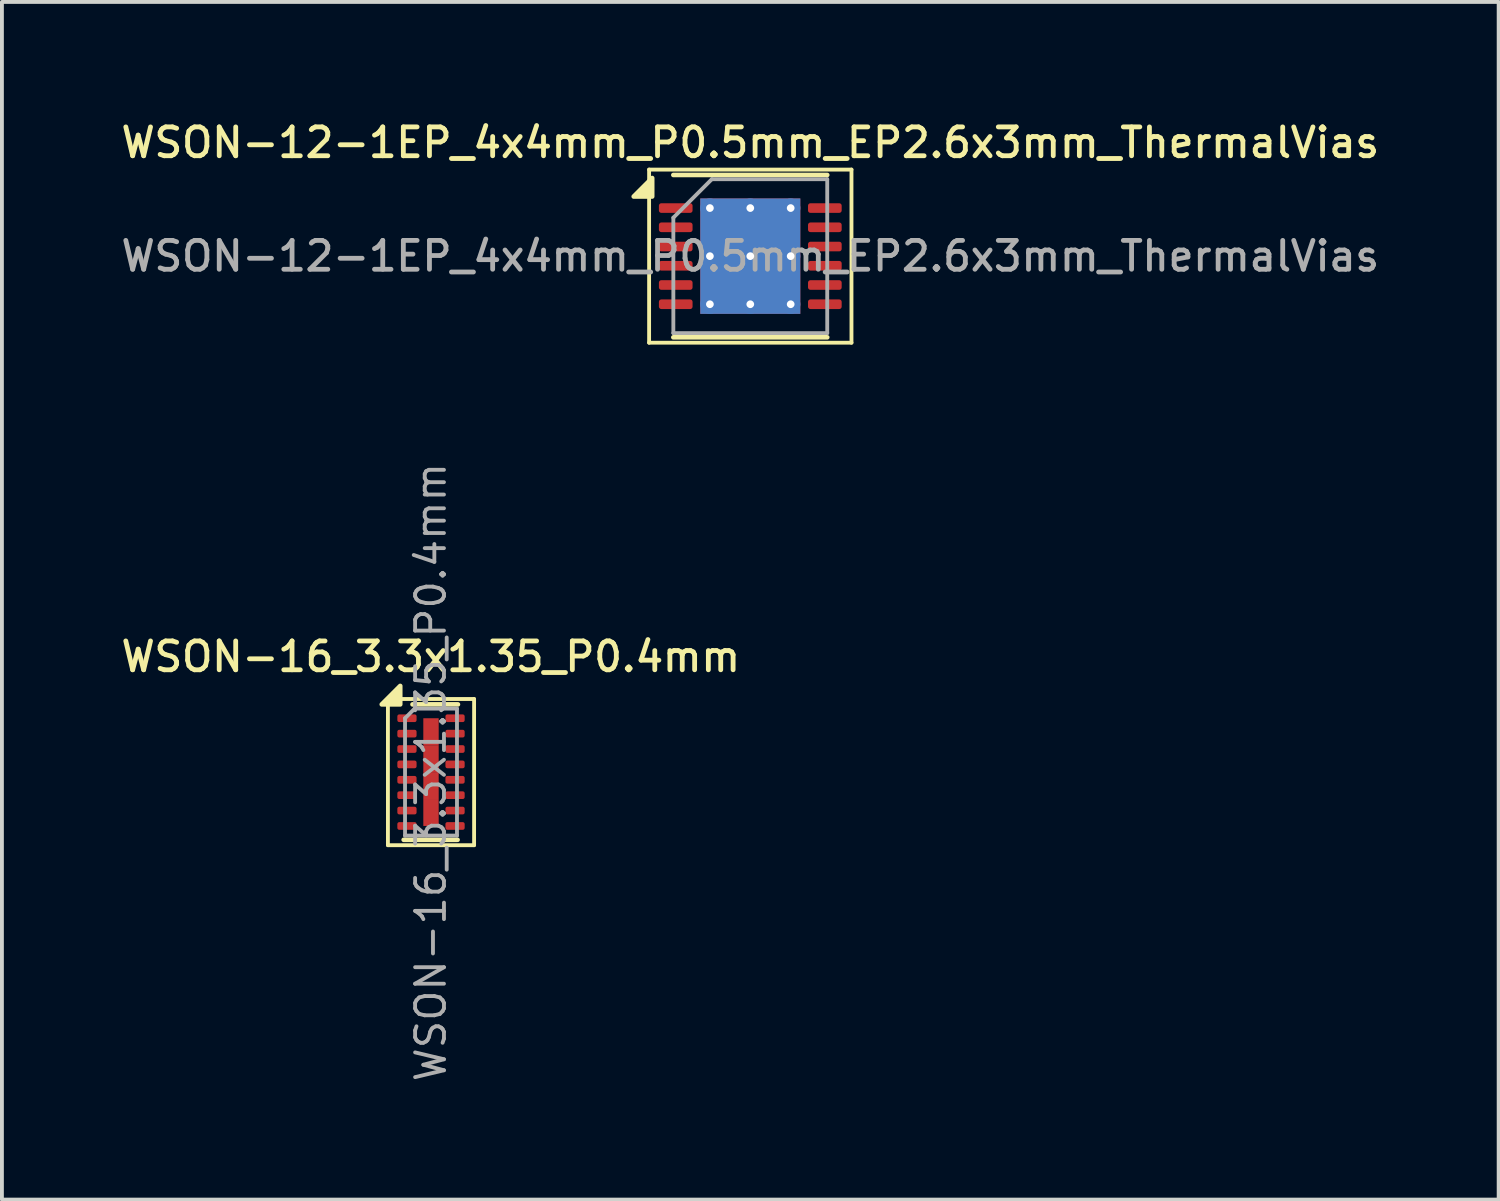
<source format=kicad_pcb>
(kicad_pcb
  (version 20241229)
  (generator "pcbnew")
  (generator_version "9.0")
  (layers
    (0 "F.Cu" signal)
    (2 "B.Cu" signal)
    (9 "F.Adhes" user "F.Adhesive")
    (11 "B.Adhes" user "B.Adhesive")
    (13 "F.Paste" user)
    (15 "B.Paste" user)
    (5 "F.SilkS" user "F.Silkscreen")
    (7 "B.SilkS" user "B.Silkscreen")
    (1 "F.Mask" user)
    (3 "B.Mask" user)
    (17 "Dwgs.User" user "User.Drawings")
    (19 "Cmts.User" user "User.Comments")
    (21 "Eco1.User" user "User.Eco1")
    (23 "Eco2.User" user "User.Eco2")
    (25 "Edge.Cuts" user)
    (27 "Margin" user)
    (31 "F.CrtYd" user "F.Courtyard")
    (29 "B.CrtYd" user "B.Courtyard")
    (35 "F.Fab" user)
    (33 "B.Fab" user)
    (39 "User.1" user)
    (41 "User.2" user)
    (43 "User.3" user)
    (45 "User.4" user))
  (footprint "WSON-12-1EP_4x4mm_P0.5mm_EP2.6x3mm_ThermalVias"
    (layer "F.Cu")
    (at 16.452 3.608)
    (property "Reference" "WSON-12-1EP_4x4mm_P0.5mm_EP2.6x3mm_ThermalVias" (at 0 -2.95 0) (layer "F.SilkS") (effects (font (size 0.75 0.75) (thickness 0.125))))
    (attr smd)
    (fp_line (start -2.63 -2.25) (end -2.63 2.25) (stroke (width 0.1) (type solid)) (layer "F.SilkS"))
    (fp_line (start -2.63 2.25) (end 2.63 2.25) (stroke (width 0.1) (type solid)) (layer "F.SilkS"))
    (fp_line (start -2 -2.11) (end 2 -2.11) (stroke (width 0.12) (type solid)) (layer "F.SilkS"))
    (fp_line (start -2 2.11) (end 2 2.11) (stroke (width 0.12) (type solid)) (layer "F.SilkS"))
    (fp_line (start 2.63 -2.25) (end -2.63 -2.25) (stroke (width 0.1) (type solid)) (layer "F.SilkS"))
    (fp_line (start 2.63 2.25) (end 2.63 -2.25) (stroke (width 0.1) (type solid)) (layer "F.SilkS"))
    (fp_poly (pts (xy -2.55 -1.55) (xy -3.03 -1.55) (xy -2.55 -2.03) (xy -2.55 -1.55)) (stroke (width 0.12) (type solid)) (fill yes) (layer "F.SilkS"))
    (fp_line (start -2 -1) (end -1 -2) (stroke (width 0.1) (type solid)) (layer "F.Fab"))
    (fp_line (start -2 2) (end -2 -1) (stroke (width 0.1) (type solid)) (layer "F.Fab"))
    (fp_line (start -1 -2) (end 2 -2) (stroke (width 0.1) (type solid)) (layer "F.Fab"))
    (fp_line (start 2 -2) (end 2 2) (stroke (width 0.1) (type solid)) (layer "F.Fab"))
    (fp_line (start 2 2) (end -2 2) (stroke (width 0.1) (type solid)) (layer "F.Fab"))
    (fp_text user "${REFERENCE}" (at 0 0 0) (layer "F.Fab") (effects (font (size 0.75 0.75) (thickness 0.125))))
    (pad "" smd roundrect (at -0.65 -0.75) (size 1.13 1.3) (layers "F.Paste") (roundrect_rratio 0.221))
    (pad "" smd roundrect (at -0.65 0.75) (size 1.13 1.3) (layers "F.Paste") (roundrect_rratio 0.221))
    (pad "" smd roundrect (at 0.65 -0.75) (size 1.13 1.3) (layers "F.Paste") (roundrect_rratio 0.221))
    (pad "" smd roundrect (at 0.65 0.75) (size 1.13 1.3) (layers "F.Paste") (roundrect_rratio 0.221))
    (pad "1" smd roundrect (at -1.938 -1.25) (size 0.875 0.25) (layers "F.Cu" "F.Mask" "F.Paste") (roundrect_rratio 0.25))
    (pad "2" smd roundrect (at -1.938 -0.75) (size 0.875 0.25) (layers "F.Cu" "F.Mask" "F.Paste") (roundrect_rratio 0.25))
    (pad "3" smd roundrect (at -1.938 -0.25) (size 0.875 0.25) (layers "F.Cu" "F.Mask" "F.Paste") (roundrect_rratio 0.25))
    (pad "4" smd roundrect (at -1.938 0.25) (size 0.875 0.25) (layers "F.Cu" "F.Mask" "F.Paste") (roundrect_rratio 0.25))
    (pad "5" smd roundrect (at -1.938 0.75) (size 0.875 0.25) (layers "F.Cu" "F.Mask" "F.Paste") (roundrect_rratio 0.25))
    (pad "6" smd roundrect (at -1.938 1.25) (size 0.875 0.25) (layers "F.Cu" "F.Mask" "F.Paste") (roundrect_rratio 0.25))
    (pad "7" smd roundrect (at 1.938 1.25) (size 0.875 0.25) (layers "F.Cu" "F.Mask" "F.Paste") (roundrect_rratio 0.25))
    (pad "8" smd roundrect (at 1.938 0.75) (size 0.875 0.25) (layers "F.Cu" "F.Mask" "F.Paste") (roundrect_rratio 0.25))
    (pad "9" smd roundrect (at 1.938 0.25) (size 0.875 0.25) (layers "F.Cu" "F.Mask" "F.Paste") (roundrect_rratio 0.25))
    (pad "10" smd roundrect (at 1.938 -0.25) (size 0.875 0.25) (layers "F.Cu" "F.Mask" "F.Paste") (roundrect_rratio 0.25))
    (pad "11" smd roundrect (at 1.938 -0.75) (size 0.875 0.25) (layers "F.Cu" "F.Mask" "F.Paste") (roundrect_rratio 0.25))
    (pad "12" smd roundrect (at 1.938 -1.25) (size 0.875 0.25) (layers "F.Cu" "F.Mask" "F.Paste") (roundrect_rratio 0.25))
    (pad "13" thru_hole circle (at -1.05 -1.25) (size 0.5 0.5) (drill 0.2) (property pad_prop_heatsink) (layers "*.Cu"))
    (pad "13" thru_hole circle (at -1.05 0) (size 0.5 0.5) (drill 0.2) (property pad_prop_heatsink) (layers "*.Cu"))
    (pad "13" thru_hole circle (at -1.05 1.25) (size 0.5 0.5) (drill 0.2) (property pad_prop_heatsink) (layers "*.Cu"))
    (pad "13" thru_hole circle (at 0 -1.25) (size 0.5 0.5) (drill 0.2) (property pad_prop_heatsink) (layers "*.Cu"))
    (pad "13" thru_hole circle (at 0 0) (size 0.5 0.5) (drill 0.2) (property pad_prop_heatsink) (layers "*.Cu"))
    (pad "13" smd rect (at 0 0) (size 2.6 3) (property pad_prop_heatsink) (layers "F.Cu" "F.Mask"))
    (pad "13" smd rect (at 0 0) (size 2.6 3) (property pad_prop_heatsink) (layers "B.Cu"))
    (pad "13" thru_hole circle (at 0 1.25) (size 0.5 0.5) (drill 0.2) (property pad_prop_heatsink) (layers "*.Cu"))
    (pad "13" thru_hole circle (at 1.05 -1.25) (size 0.5 0.5) (drill 0.2) (property pad_prop_heatsink) (layers "*.Cu"))
    (pad "13" thru_hole circle (at 1.05 0) (size 0.5 0.5) (drill 0.2) (property pad_prop_heatsink) (layers "*.Cu"))
    (pad "13" thru_hole circle (at 1.05 1.25) (size 0.5 0.5) (drill 0.2) (property pad_prop_heatsink) (layers "*.Cu")))
  (footprint "WSON-16_3.3x1.35_P0.4mm"
    (layer "F.Cu")
    (at 8.153 17.019)
    (property "Reference" "WSON-16_3.3x1.35_P0.4mm" (at -0.005 -3 0) (layer "F.SilkS") (effects (font (size 0.75 0.75) (thickness 0.125))))
    (attr smd)
    (fp_line (start -1.12 -1.9) (end 1.12 -1.9) (stroke (width 0.1) (type solid)) (layer "F.SilkS"))
    (fp_line (start -1.12 1.9) (end -1.12 -1.9) (stroke (width 0.1) (type solid)) (layer "F.SilkS"))
    (fp_line (start 0.69 1.76) (end -0.71 1.76) (stroke (width 0.12) (type solid)) (layer "F.SilkS"))
    (fp_line (start 0.7 -1.76) (end -0.48 -1.76) (stroke (width 0.12) (type solid)) (layer "F.SilkS"))
    (fp_line (start 1.12 -1.9) (end 1.12 1.9) (stroke (width 0.1) (type solid)) (layer "F.SilkS"))
    (fp_line (start 1.12 1.9) (end -1.12 1.9) (stroke (width 0.1) (type solid)) (layer "F.SilkS"))
    (fp_poly (pts (xy -0.8 -1.76) (xy -1.28 -1.76) (xy -0.8 -2.24) (xy -0.8 -1.76)) (stroke (width 0.12) (type solid)) (fill yes) (layer "F.SilkS"))
    (fp_line (start -0.675 1.65) (end -0.675 -1.4) (stroke (width 0.1) (type solid)) (layer "F.Fab"))
    (fp_line (start -0.425 -1.65) (end -0.675 -1.4) (stroke (width 0.1) (type solid)) (layer "F.Fab"))
    (fp_line (start -0.425 -1.65) (end 0.675 -1.65) (stroke (width 0.1) (type solid)) (layer "F.Fab"))
    (fp_line (start 0.675 -1.65) (end 0.675 1.65) (stroke (width 0.1) (type solid)) (layer "F.Fab"))
    (fp_line (start 0.675 1.65) (end -0.675 1.65) (stroke (width 0.1) (type solid)) (layer "F.Fab"))
    (fp_text user "${REFERENCE}" (at -0.005 0 90) (layer "F.Fab") (effects (font (size 0.75 0.75) (thickness 0.1))))
    (pad "1" smd roundrect (at -0.625 -1.4 270) (size 0.2 0.5) (layers "F.Cu" "F.Mask" "F.Paste") (roundrect_rratio 0.25))
    (pad "2" smd roundrect (at -0.625 -1 270) (size 0.2 0.5) (layers "F.Cu" "F.Mask" "F.Paste") (roundrect_rratio 0.25))
    (pad "3" smd roundrect (at -0.625 -0.6 270) (size 0.2 0.5) (layers "F.Cu" "F.Mask" "F.Paste") (roundrect_rratio 0.25))
    (pad "4" smd roundrect (at -0.625 -0.2 270) (size 0.2 0.5) (layers "F.Cu" "F.Mask" "F.Paste") (roundrect_rratio 0.25))
    (pad "5" smd roundrect (at -0.625 0.2 270) (size 0.2 0.5) (layers "F.Cu" "F.Mask" "F.Paste") (roundrect_rratio 0.25))
    (pad "6" smd roundrect (at -0.625 0.6 270) (size 0.2 0.5) (layers "F.Cu" "F.Mask" "F.Paste") (roundrect_rratio 0.25))
    (pad "7" smd roundrect (at -0.625 1 270) (size 0.2 0.5) (layers "F.Cu" "F.Mask" "F.Paste") (roundrect_rratio 0.25))
    (pad "8" smd roundrect (at -0.625 1.4 270) (size 0.2 0.5) (layers "F.Cu" "F.Mask" "F.Paste") (roundrect_rratio 0.25))
    (pad "9" smd roundrect (at 0.625 1.4 270) (size 0.2 0.5) (layers "F.Cu" "F.Mask" "F.Paste") (roundrect_rratio 0.25))
    (pad "10" smd roundrect (at 0.625 1 270) (size 0.2 0.5) (layers "F.Cu" "F.Mask" "F.Paste") (roundrect_rratio 0.25))
    (pad "11" smd roundrect (at 0.625 0.6 270) (size 0.2 0.5) (layers "F.Cu" "F.Mask" "F.Paste") (roundrect_rratio 0.25))
    (pad "12" smd roundrect (at 0.625 0.2 270) (size 0.2 0.5) (layers "F.Cu" "F.Mask" "F.Paste") (roundrect_rratio 0.25))
    (pad "13" smd roundrect (at 0.625 -0.2 270) (size 0.2 0.5) (layers "F.Cu" "F.Mask" "F.Paste") (roundrect_rratio 0.25))
    (pad "14" smd roundrect (at 0.625 -0.6 270) (size 0.2 0.5) (layers "F.Cu" "F.Mask" "F.Paste") (roundrect_rratio 0.25))
    (pad "15" smd roundrect (at 0.625 -1 270) (size 0.2 0.5) (layers "F.Cu" "F.Mask" "F.Paste") (roundrect_rratio 0.25))
    (pad "16" smd roundrect (at 0.625 -1.4 270) (size 0.2 0.5) (layers "F.Cu" "F.Mask" "F.Paste") (roundrect_rratio 0.25))
    (pad "17" smd rect (at 0 -1.05 270) (size 0.7 0.4) (layers "F.Cu" "F.Mask" "F.Paste"))
    (pad "17" smd rect (at 0 -0.35 270) (size 0.7 0.4) (layers "F.Cu" "F.Mask" "F.Paste"))
    (pad "17" smd rect (at 0 0.35 270) (size 0.7 0.4) (layers "F.Cu" "F.Mask" "F.Paste"))
    (pad "17" smd rect (at 0 1.05 270) (size 0.7 0.4) (layers "F.Cu" "F.Mask" "F.Paste")))
  (gr_rect
    (start -3 -3)
    (end 35.904 28.13)
    (stroke (width 0.1) (type default))
    (fill no)
    (layer "Edge.Cuts")))
</source>
